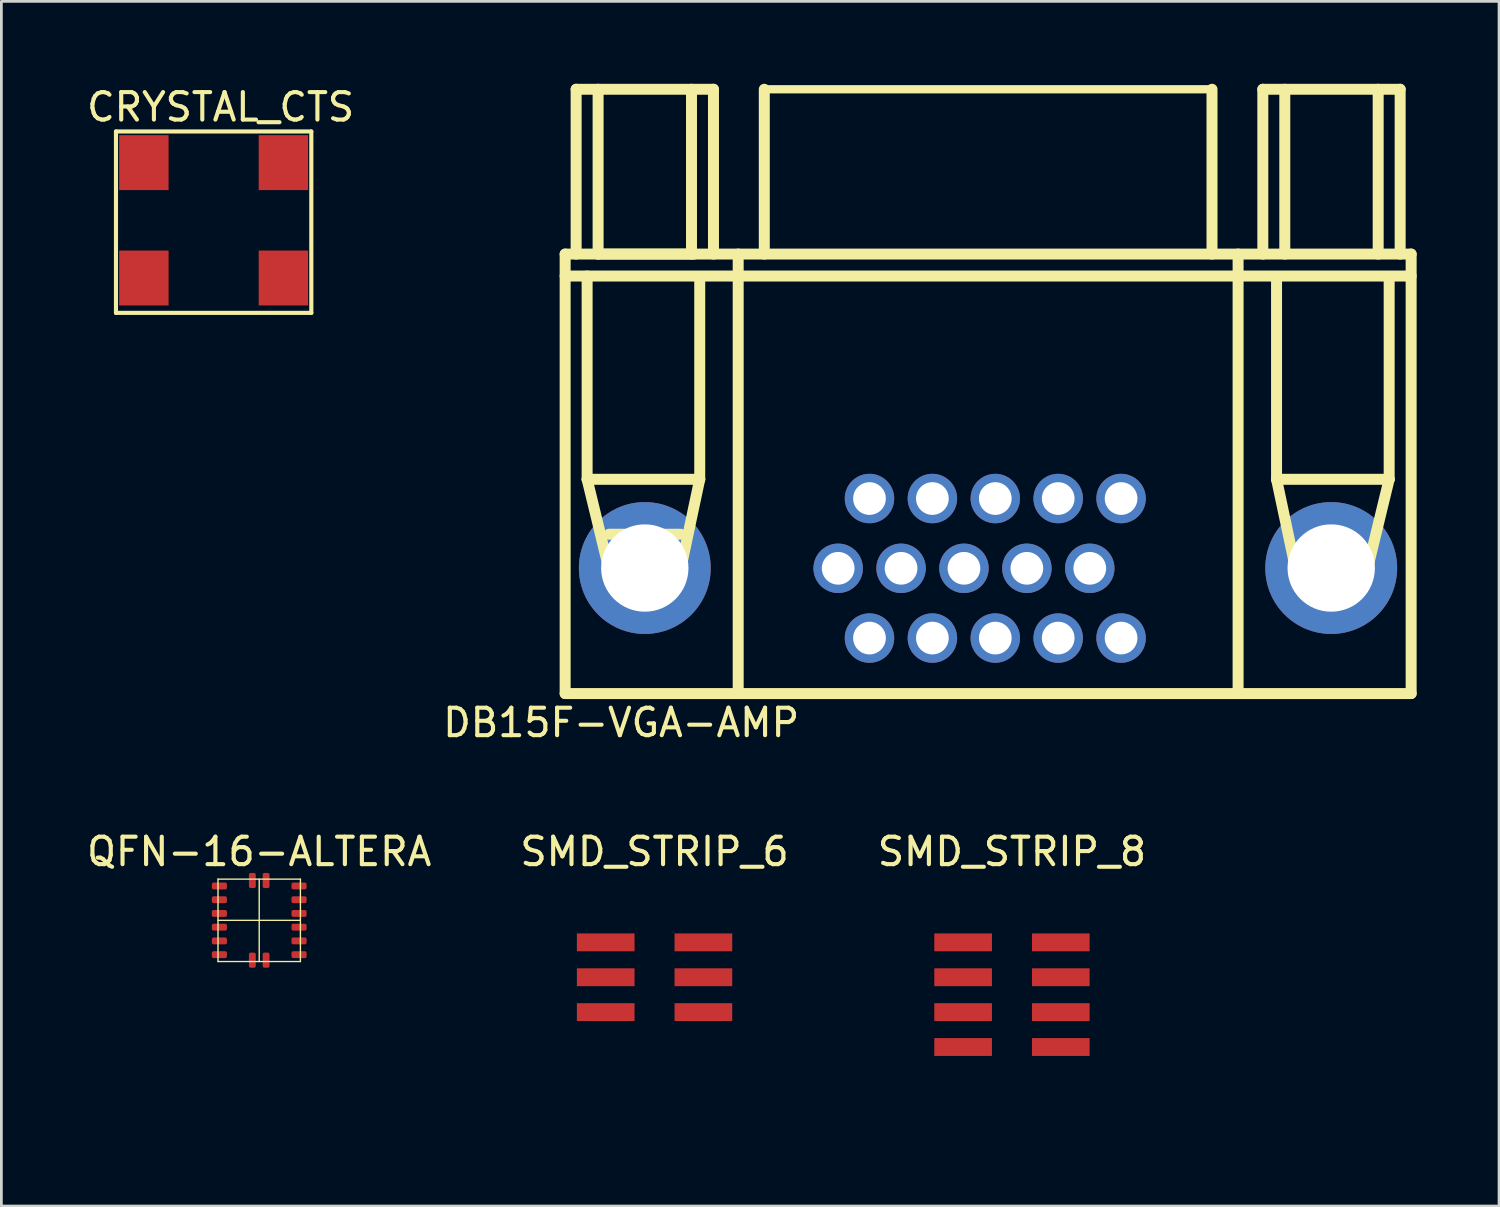
<source format=kicad_pcb>
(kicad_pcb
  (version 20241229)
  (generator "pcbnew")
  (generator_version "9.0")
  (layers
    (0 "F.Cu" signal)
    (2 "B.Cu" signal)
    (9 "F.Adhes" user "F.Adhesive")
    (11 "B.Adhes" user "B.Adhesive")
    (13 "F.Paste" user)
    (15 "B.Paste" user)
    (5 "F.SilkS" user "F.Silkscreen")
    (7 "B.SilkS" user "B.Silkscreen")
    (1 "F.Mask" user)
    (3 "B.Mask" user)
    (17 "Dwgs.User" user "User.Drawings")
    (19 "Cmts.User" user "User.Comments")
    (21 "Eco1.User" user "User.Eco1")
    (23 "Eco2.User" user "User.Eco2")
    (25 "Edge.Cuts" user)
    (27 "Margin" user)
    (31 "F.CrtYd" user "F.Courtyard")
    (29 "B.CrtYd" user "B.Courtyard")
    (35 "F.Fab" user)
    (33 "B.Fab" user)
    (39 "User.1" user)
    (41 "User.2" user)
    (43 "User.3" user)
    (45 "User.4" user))
  (footprint "DB15F-VGA-AMP"
    (layer "F.Cu")
    (at 17.525 22.2)
    (property "Reference" "DB15F-VGA-AMP" (at 2.04 1.06 0) (layer "F.SilkS") (effects (font (size 1 1) (thickness 0.15))))
    (attr through_hole)
    (fp_line (start 0 -16) (end 30.8 -16) (stroke (width 0.4) (type solid)) (layer "F.SilkS"))
    (fp_line (start 0 -15.2) (end 30.8 -15.2) (stroke (width 0.4) (type solid)) (layer "F.SilkS"))
    (fp_line (start 0 0) (end 0 -16) (stroke (width 0.4) (type solid)) (layer "F.SilkS"))
    (fp_line (start 0.4 -22) (end 5.4 -22) (stroke (width 0.4) (type solid)) (layer "F.SilkS"))
    (fp_line (start 0.4 -16) (end 0.4 -22) (stroke (width 0.4) (type solid)) (layer "F.SilkS"))
    (fp_line (start 0.8 -15.2) (end 0.8 -7.8) (stroke (width 0.4) (type solid)) (layer "F.SilkS"))
    (fp_line (start 0.8 -7.8) (end 1.6 -4.5) (stroke (width 0.4) (type solid)) (layer "F.SilkS"))
    (fp_line (start 0.8 -7.8) (end 4.9 -7.8) (stroke (width 0.4) (type solid)) (layer "F.SilkS"))
    (fp_line (start 1.2 -22) (end 1.2 -16) (stroke (width 0.4) (type solid)) (layer "F.SilkS"))
    (fp_line (start 1.2 -16) (end 4.7 -16) (stroke (width 0.4) (type solid)) (layer "F.SilkS"))
    (fp_line (start 1.6 -5.8) (end 4.2 -5.8) (stroke (width 0.4) (type solid)) (layer "F.SilkS"))
    (fp_line (start 4.2 -4.5) (end 4.9 -7.8) (stroke (width 0.4) (type solid)) (layer "F.SilkS"))
    (fp_line (start 4.6 -16) (end 4.6 -22) (stroke (width 0.4) (type solid)) (layer "F.SilkS"))
    (fp_line (start 4.9 -7.8) (end 4.9 -15.1) (stroke (width 0.4) (type solid)) (layer "F.SilkS"))
    (fp_line (start 5.4 -22) (end 5.4 -16) (stroke (width 0.4) (type solid)) (layer "F.SilkS"))
    (fp_line (start 6.3 -16) (end 6.3 0) (stroke (width 0.4) (type solid)) (layer "F.SilkS"))
    (fp_line (start 7.25 -22) (end 23.55 -22) (stroke (width 0.3) (type solid)) (layer "F.SilkS"))
    (fp_line (start 7.25 -16) (end 7.25 -22) (stroke (width 0.4) (type solid)) (layer "F.SilkS"))
    (fp_line (start 23.55 -22) (end 23.55 -16) (stroke (width 0.4) (type solid)) (layer "F.SilkS"))
    (fp_line (start 24.5 -16) (end 24.5 0) (stroke (width 0.4) (type solid)) (layer "F.SilkS"))
    (fp_line (start 25.4 -22) (end 25.4 -16) (stroke (width 0.4) (type solid)) (layer "F.SilkS"))
    (fp_line (start 25.9 -7.8) (end 25.9 -15.1) (stroke (width 0.4) (type solid)) (layer "F.SilkS"))
    (fp_line (start 26.2 -22) (end 26.2 -16) (stroke (width 0.4) (type solid)) (layer "F.SilkS"))
    (fp_line (start 26.6 -4.5) (end 25.9 -7.8) (stroke (width 0.4) (type solid)) (layer "F.SilkS"))
    (fp_line (start 29.2 -4.5) (end 26.6 -4.5) (stroke (width 0.4) (type solid)) (layer "F.SilkS"))
    (fp_line (start 29.6 -22) (end 29.6 -16) (stroke (width 0.4) (type solid)) (layer "F.SilkS"))
    (fp_line (start 30 -15.1) (end 30 -7.8) (stroke (width 0.4) (type solid)) (layer "F.SilkS"))
    (fp_line (start 30 -7.8) (end 25.9 -7.8) (stroke (width 0.4) (type solid)) (layer "F.SilkS"))
    (fp_line (start 30 -7.8) (end 29.2 -4.5) (stroke (width 0.4) (type solid)) (layer "F.SilkS"))
    (fp_line (start 30.4 -22) (end 25.4 -22) (stroke (width 0.4) (type solid)) (layer "F.SilkS"))
    (fp_line (start 30.4 -16) (end 30.4 -22) (stroke (width 0.4) (type solid)) (layer "F.SilkS"))
    (fp_line (start 30.8 -16) (end 30.8 0) (stroke (width 0.4) (type solid)) (layer "F.SilkS"))
    (fp_line (start 30.8 0) (end 0 0) (stroke (width 0.4) (type solid)) (layer "F.SilkS"))
    (pad "1" thru_hole circle (at 11.08 -2.02 180) (size 1.8 1.8) (drill 1.19) (layers "*.Cu" "*.Mask"))
    (pad "2" thru_hole circle (at 13.37 -2.02 180) (size 1.8 1.8) (drill 1.19) (layers "*.Cu" "*.Mask"))
    (pad "3" thru_hole circle (at 15.66 -2.02 180) (size 1.8 1.8) (drill 1.19) (layers "*.Cu" "*.Mask"))
    (pad "4" thru_hole circle (at 17.95 -2.02 180) (size 1.8 1.8) (drill 1.19) (layers "*.Cu" "*.Mask"))
    (pad "5" thru_hole circle (at 20.24 -2.02 180) (size 1.8 1.8) (drill 1.19) (layers "*.Cu" "*.Mask"))
    (pad "6" thru_hole circle (at 9.94 -4.56 180) (size 1.8 1.8) (drill 1.19) (layers "*.Cu" "*.Mask"))
    (pad "7" thru_hole circle (at 12.23 -4.56 180) (size 1.8 1.8) (drill 1.19) (layers "*.Cu" "*.Mask"))
    (pad "8" thru_hole circle (at 14.52 -4.56 180) (size 1.8 1.8) (drill 1.19) (layers "*.Cu" "*.Mask"))
    (pad "9" thru_hole circle (at 16.81 -4.56 180) (size 1.8 1.8) (drill 1.19) (layers "*.Cu" "*.Mask"))
    (pad "10" thru_hole circle (at 19.1 -4.56 180) (size 1.8 1.8) (drill 1.19) (layers "*.Cu" "*.Mask"))
    (pad "11" thru_hole circle (at 11.08 -7.1 180) (size 1.8 1.8) (drill 1.19) (layers "*.Cu" "*.Mask"))
    (pad "12" thru_hole circle (at 13.37 -7.1 180) (size 1.8 1.8) (drill 1.19) (layers "*.Cu" "*.Mask"))
    (pad "13" thru_hole circle (at 15.66 -7.1 180) (size 1.8 1.8) (drill 1.19) (layers "*.Cu" "*.Mask"))
    (pad "14" thru_hole circle (at 17.95 -7.1 180) (size 1.8 1.8) (drill 1.19) (layers "*.Cu" "*.Mask"))
    (pad "15" thru_hole circle (at 20.24 -7.1 180) (size 1.8 1.8) (drill 1.19) (layers "*.Cu" "*.Mask"))
    (pad "16" thru_hole circle (at 27.89 -4.57) (size 4.8 4.8) (drill 3.18) (layers "*.Cu" "*.Mask"))
    (pad "17" thru_hole circle (at 2.9 -4.57) (size 4.8 4.8) (drill 3.18) (layers "*.Cu" "*.Mask")))
  (footprint "QFN-16-ALTERA"
    (layer "F.Cu")
    (at 6.387 30.456)
    (property "Reference" "QFN-16-ALTERA" (at 0 -2.5 0) (layer "F.SilkS") (effects (font (size 1 1) (thickness 0.15))))
    (attr through_hole)
    (fp_line (start -1.5 -1.5) (end 1.5 -1.5) (stroke (width 0.05) (type solid)) (layer "F.SilkS"))
    (fp_line (start -1.5 0) (end 1.5 0) (stroke (width 0.05) (type solid)) (layer "F.SilkS"))
    (fp_line (start -1.5 1.5) (end -1.5 -1.5) (stroke (width 0.05) (type solid)) (layer "F.SilkS"))
    (fp_line (start 0 1.5) (end 0 -1.5) (stroke (width 0.05) (type solid)) (layer "F.SilkS"))
    (fp_line (start 1.5 -1.5) (end 1.5 1.5) (stroke (width 0.05) (type solid)) (layer "F.SilkS"))
    (fp_line (start 1.5 1.5) (end -1.5 1.5) (stroke (width 0.05) (type solid)) (layer "F.SilkS"))
    (pad "1" smd roundrect (at -1.45 -1.25) (size 0.55 0.25) (layers "F.Cu" "F.Mask" "F.Paste") (roundrect_rratio 0.25))
    (pad "2" smd roundrect (at -1.45 -0.75) (size 0.55 0.25) (layers "F.Cu" "F.Mask" "F.Paste") (roundrect_rratio 0.25))
    (pad "3" smd roundrect (at -1.45 -0.25) (size 0.55 0.25) (layers "F.Cu" "F.Mask" "F.Paste") (roundrect_rratio 0.25))
    (pad "4" smd roundrect (at -1.45 0.25) (size 0.55 0.25) (layers "F.Cu" "F.Mask" "F.Paste") (roundrect_rratio 0.25))
    (pad "5" smd roundrect (at -1.45 0.75) (size 0.55 0.25) (layers "F.Cu" "F.Mask" "F.Paste") (roundrect_rratio 0.25))
    (pad "6" smd roundrect (at -1.45 1.25) (size 0.55 0.25) (layers "F.Cu" "F.Mask" "F.Paste") (roundrect_rratio 0.25))
    (pad "7" smd roundrect (at -0.25 1.45) (size 0.25 0.55) (layers "F.Cu" "F.Mask" "F.Paste") (roundrect_rratio 0.25))
    (pad "8" smd roundrect (at 0.25 1.45) (size 0.25 0.55) (layers "F.Cu" "F.Mask" "F.Paste") (roundrect_rratio 0.25))
    (pad "9" smd roundrect (at 1.45 1.25) (size 0.55 0.25) (layers "F.Cu" "F.Mask" "F.Paste") (roundrect_rratio 0.25))
    (pad "10" smd roundrect (at 1.45 0.75) (size 0.55 0.25) (layers "F.Cu" "F.Mask" "F.Paste") (roundrect_rratio 0.25))
    (pad "11" smd roundrect (at 1.45 0.25) (size 0.55 0.25) (layers "F.Cu" "F.Mask" "F.Paste") (roundrect_rratio 0.25))
    (pad "12" smd roundrect (at 1.45 -0.25) (size 0.55 0.25) (layers "F.Cu" "F.Mask" "F.Paste") (roundrect_rratio 0.25))
    (pad "13" smd roundrect (at 1.45 -0.75) (size 0.55 0.25) (layers "F.Cu" "F.Mask" "F.Paste") (roundrect_rratio 0.25))
    (pad "14" smd roundrect (at 1.45 -1.25) (size 0.55 0.25) (layers "F.Cu" "F.Mask" "F.Paste") (roundrect_rratio 0.25))
    (pad "15" smd roundrect (at 0.25 -1.45) (size 0.25 0.55) (layers "F.Cu" "F.Mask" "F.Paste") (roundrect_rratio 0.25))
    (pad "16" smd roundrect (at -0.25 -1.45) (size 0.25 0.55) (layers "F.Cu" "F.Mask" "F.Paste") (roundrect_rratio 0.25)))
  (footprint "SMD_STRIP_8"
    (layer "F.Cu")
    (at 33.792 37.608)
    (property "Reference" "SMD_STRIP_8" (at 0 -9.652 0) (layer "F.SilkS") (effects (font (size 1 1) (thickness 0.15))))
    (attr through_hole)
    (pad "1" smd rect (at -1.778 -6.35) (size 2.1 0.65) (layers "F.Cu" "F.Mask" "F.Paste"))
    (pad "2" smd rect (at 1.778 -6.35) (size 2.1 0.65) (layers "F.Cu" "F.Mask" "F.Paste"))
    (pad "3" smd rect (at -1.778 -5.08) (size 2.1 0.65) (layers "F.Cu" "F.Mask" "F.Paste"))
    (pad "4" smd rect (at 1.778 -5.08) (size 2.1 0.65) (layers "F.Cu" "F.Mask" "F.Paste"))
    (pad "5" smd rect (at -1.778 -3.81) (size 2.1 0.65) (layers "F.Cu" "F.Mask" "F.Paste"))
    (pad "6" smd rect (at 1.778 -3.81) (size 2.1 0.65) (layers "F.Cu" "F.Mask" "F.Paste"))
    (pad "7" smd rect (at -1.778 -2.54) (size 2.1 0.65) (layers "F.Cu" "F.Mask" "F.Paste"))
    (pad "8" smd rect (at 1.778 -2.54) (size 2.1 0.65) (layers "F.Cu" "F.Mask" "F.Paste")))
  (footprint "CRYSTAL_CTS"
    (layer "F.Cu")
    (at 2.188 7.071)
    (property "Reference" "CRYSTAL_CTS" (at 2.794 -6.223 0) (layer "F.SilkS") (effects (font (size 1 1) (thickness 0.15))))
    (attr through_hole)
    (fp_line (start -1.016 -5.334) (end 6.096 -5.334) (stroke (width 0.15) (type solid)) (layer "F.SilkS"))
    (fp_line (start -1.016 1.27) (end -1.016 -5.334) (stroke (width 0.15) (type solid)) (layer "F.SilkS"))
    (fp_line (start 6.096 -5.334) (end 6.096 1.27) (stroke (width 0.15) (type solid)) (layer "F.SilkS"))
    (fp_line (start 6.096 1.27) (end -1.016 1.27) (stroke (width 0.15) (type solid)) (layer "F.SilkS"))
    (pad "1" smd rect (at 0 0) (size 1.8 2) (layers "F.Cu" "F.Mask" "F.Paste"))
    (pad "2" smd rect (at 5.08 0) (size 1.8 2) (layers "F.Cu" "F.Mask" "F.Paste"))
    (pad "3" smd rect (at 5.08 -4.2) (size 1.8 2) (layers "F.Cu" "F.Mask" "F.Paste"))
    (pad "4" smd rect (at 0 -4.2) (size 1.8 2) (layers "F.Cu" "F.Mask" "F.Paste")))
  (footprint "SMD_STRIP_6"
    (layer "F.Cu")
    (at 20.78 37.608)
    (property "Reference" "SMD_STRIP_6" (at 0 -9.652 0) (layer "F.SilkS") (effects (font (size 1 1) (thickness 0.15))))
    (attr through_hole)
    (pad "1" smd rect (at -1.778 -6.35) (size 2.1 0.65) (layers "F.Cu" "F.Mask" "F.Paste"))
    (pad "2" smd rect (at 1.778 -6.35) (size 2.1 0.65) (layers "F.Cu" "F.Mask" "F.Paste"))
    (pad "3" smd rect (at -1.778 -5.08) (size 2.1 0.65) (layers "F.Cu" "F.Mask" "F.Paste"))
    (pad "4" smd rect (at 1.778 -5.08) (size 2.1 0.65) (layers "F.Cu" "F.Mask" "F.Paste"))
    (pad "5" smd rect (at -1.778 -3.81) (size 2.1 0.65) (layers "F.Cu" "F.Mask" "F.Paste"))
    (pad "6" smd rect (at 1.778 -3.81) (size 2.1 0.65) (layers "F.Cu" "F.Mask" "F.Paste")))
  (gr_rect
    (start -3 -3)
    (end 51.525 40.858)
    (stroke (width 0.1) (type default))
    (fill no)
    (layer "Edge.Cuts")))
</source>
